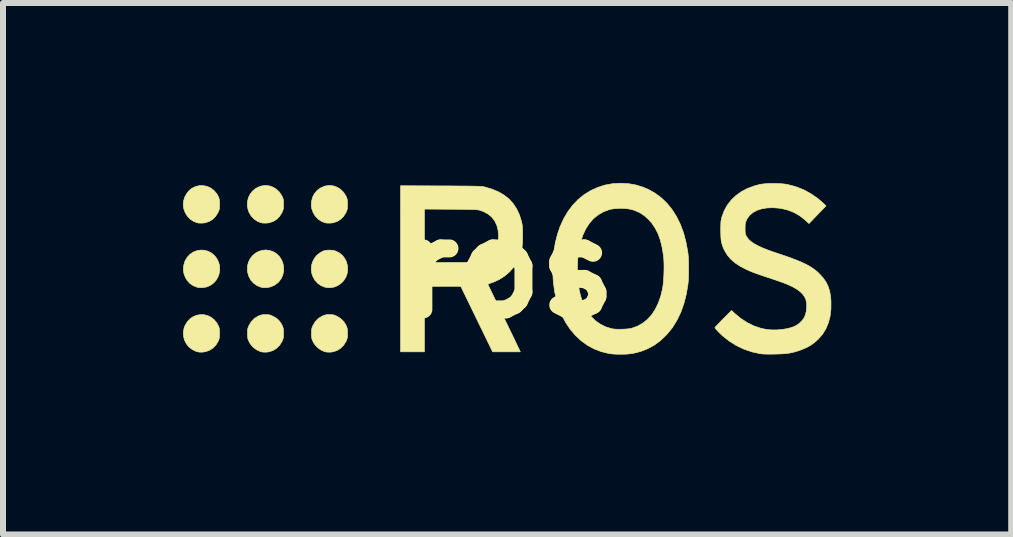
<source format=kicad_pcb>
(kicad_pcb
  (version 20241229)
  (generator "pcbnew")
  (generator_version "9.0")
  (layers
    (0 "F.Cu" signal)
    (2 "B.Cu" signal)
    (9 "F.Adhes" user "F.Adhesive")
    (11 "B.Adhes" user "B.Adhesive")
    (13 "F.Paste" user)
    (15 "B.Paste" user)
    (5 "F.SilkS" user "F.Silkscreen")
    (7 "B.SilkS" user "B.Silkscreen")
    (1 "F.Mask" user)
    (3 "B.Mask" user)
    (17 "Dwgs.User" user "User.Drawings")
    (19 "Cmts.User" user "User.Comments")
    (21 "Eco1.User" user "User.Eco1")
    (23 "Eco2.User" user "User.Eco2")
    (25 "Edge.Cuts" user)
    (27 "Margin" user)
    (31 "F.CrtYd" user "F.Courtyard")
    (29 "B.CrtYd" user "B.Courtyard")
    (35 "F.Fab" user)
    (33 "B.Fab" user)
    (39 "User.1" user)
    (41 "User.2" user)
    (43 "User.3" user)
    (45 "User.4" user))
  (footprint "ros"
    (layer "F.Cu")
    (at 5.424 1.419)
    (property "Reference" "ros" (at 0 0 0) (layer "F.SilkS") (effects (font (size 1.524 1.524) (thickness 0.3))))
    (attr through_hole)
    (fp_poly (pts (xy -3.978 -0.293) (xy -3.916 -0.271) (xy -3.868 -0.242) (xy -3.818 -0.195) (xy -3.781 -0.14) (xy -3.756 -0.078) (xy -3.744 -0.013) (xy -3.745 0.054) (xy -3.759 0.119) (xy -3.787 0.179) (xy -3.828 0.233) (xy -3.84 0.245) (xy -3.895 0.285) (xy -3.957 0.313) (xy -4.022 0.327) (xy -4.087 0.327) (xy -4.124 0.319) (xy -4.19 0.292) (xy -4.246 0.252) (xy -4.292 0.201) (xy -4.325 0.14) (xy -4.345 0.071) (xy -4.349 0.035) (xy -4.347 -0.036) (xy -4.33 -0.101) (xy -4.301 -0.158) (xy -4.262 -0.207) (xy -4.215 -0.247) (xy -4.161 -0.277) (xy -4.102 -0.295) (xy -4.041 -0.301) (xy -3.978 -0.293)) (stroke (width 0.01) (type solid)) (fill yes) (layer "F.SilkS"))
    (fp_poly (pts (xy -5.069 -0.297) (xy -5.008 -0.281) (xy -4.951 -0.252) (xy -4.9 -0.21) (xy -4.86 -0.16) (xy -4.829 -0.098) (xy -4.812 -0.033) (xy -4.81 0.032) (xy -4.82 0.095) (xy -4.842 0.155) (xy -4.875 0.209) (xy -4.918 0.255) (xy -4.97 0.291) (xy -5.03 0.316) (xy -5.096 0.327) (xy -5.131 0.327) (xy -5.164 0.325) (xy -5.184 0.321) (xy -5.248 0.297) (xy -5.304 0.26) (xy -5.349 0.212) (xy -5.384 0.156) (xy -5.407 0.094) (xy -5.417 0.028) (xy -5.412 -0.039) (xy -5.393 -0.106) (xy -5.387 -0.121) (xy -5.35 -0.182) (xy -5.304 -0.23) (xy -5.251 -0.266) (xy -5.192 -0.289) (xy -5.131 -0.299) (xy -5.069 -0.297)) (stroke (width 0.01) (type solid)) (fill yes) (layer "F.SilkS"))
    (fp_poly (pts (xy -2.934 -0.296) (xy -2.888 -0.287) (xy -2.883 -0.285) (xy -2.821 -0.255) (xy -2.769 -0.214) (xy -2.727 -0.162) (xy -2.697 -0.103) (xy -2.68 -0.038) (xy -2.676 0.029) (xy -2.686 0.096) (xy -2.708 0.155) (xy -2.745 0.213) (xy -2.793 0.26) (xy -2.849 0.296) (xy -2.911 0.32) (xy -2.975 0.329) (xy -3.04 0.323) (xy -3.057 0.319) (xy -3.122 0.293) (xy -3.177 0.254) (xy -3.221 0.206) (xy -3.254 0.149) (xy -3.276 0.087) (xy -3.284 0.022) (xy -3.279 -0.045) (xy -3.259 -0.11) (xy -3.228 -0.167) (xy -3.189 -0.214) (xy -3.139 -0.254) (xy -3.086 -0.282) (xy -3.081 -0.285) (xy -3.038 -0.295) (xy -2.986 -0.299) (xy -2.934 -0.296)) (stroke (width 0.01) (type solid)) (fill yes) (layer "F.SilkS"))
    (fp_poly (pts (xy -5.07 0.779) (xy -5.01 0.794) (xy -4.953 0.822) (xy -4.902 0.863) (xy -4.859 0.916) (xy -4.838 0.953) (xy -4.826 0.978) (xy -4.819 1) (xy -4.815 1.025) (xy -4.814 1.056) (xy -4.813 1.088) (xy -4.814 1.13) (xy -4.816 1.16) (xy -4.821 1.184) (xy -4.83 1.207) (xy -4.836 1.221) (xy -4.874 1.284) (xy -4.923 1.334) (xy -4.981 1.372) (xy -5.047 1.395) (xy -5.101 1.403) (xy -5.15 1.402) (xy -5.192 1.394) (xy -5.204 1.39) (xy -5.269 1.359) (xy -5.324 1.316) (xy -5.367 1.263) (xy -5.397 1.203) (xy -5.414 1.138) (xy -5.417 1.071) (xy -5.405 1.002) (xy -5.387 0.955) (xy -5.35 0.894) (xy -5.304 0.846) (xy -5.251 0.81) (xy -5.193 0.787) (xy -5.132 0.777) (xy -5.07 0.779)) (stroke (width 0.01) (type solid)) (fill yes) (layer "F.SilkS"))
    (fp_poly (pts (xy -5.02 -1.361) (xy -4.96 -1.333) (xy -4.907 -1.294) (xy -4.862 -1.242) (xy -4.836 -1.196) (xy -4.825 -1.171) (xy -4.819 -1.148) (xy -4.815 -1.122) (xy -4.813 -1.087) (xy -4.813 -1.062) (xy -4.814 -1.022) (xy -4.816 -0.993) (xy -4.82 -0.97) (xy -4.829 -0.947) (xy -4.841 -0.922) (xy -4.88 -0.86) (xy -4.929 -0.811) (xy -4.988 -0.776) (xy -5.053 -0.754) (xy -5.094 -0.749) (xy -5.13 -0.749) (xy -5.163 -0.75) (xy -5.184 -0.754) (xy -5.247 -0.778) (xy -5.303 -0.816) (xy -5.35 -0.865) (xy -5.386 -0.924) (xy -5.41 -0.989) (xy -5.419 -1.058) (xy -5.419 -1.064) (xy -5.411 -1.127) (xy -5.39 -1.19) (xy -5.357 -1.248) (xy -5.315 -1.297) (xy -5.277 -1.328) (xy -5.215 -1.358) (xy -5.15 -1.374) (xy -5.084 -1.374) (xy -5.02 -1.361)) (stroke (width 0.01) (type solid)) (fill yes) (layer "F.SilkS"))
    (fp_poly (pts (xy -3.983 -1.37) (xy -3.92 -1.348) (xy -3.863 -1.312) (xy -3.814 -1.264) (xy -3.775 -1.205) (xy -3.771 -1.198) (xy -3.76 -1.173) (xy -3.752 -1.15) (xy -3.748 -1.126) (xy -3.747 -1.094) (xy -3.747 -1.062) (xy -3.747 -1.022) (xy -3.749 -0.993) (xy -3.754 -0.97) (xy -3.762 -0.947) (xy -3.774 -0.922) (xy -3.813 -0.86) (xy -3.862 -0.811) (xy -3.921 -0.776) (xy -3.987 -0.754) (xy -4.028 -0.749) (xy -4.063 -0.749) (xy -4.096 -0.75) (xy -4.117 -0.754) (xy -4.181 -0.778) (xy -4.238 -0.817) (xy -4.286 -0.868) (xy -4.322 -0.929) (xy -4.336 -0.967) (xy -4.35 -1.038) (xy -4.348 -1.107) (xy -4.332 -1.173) (xy -4.302 -1.233) (xy -4.261 -1.285) (xy -4.208 -1.328) (xy -4.145 -1.359) (xy -4.115 -1.368) (xy -4.048 -1.377) (xy -3.983 -1.37)) (stroke (width 0.01) (type solid)) (fill yes) (layer "F.SilkS"))
    (fp_poly (pts (xy -2.916 -1.37) (xy -2.853 -1.348) (xy -2.796 -1.312) (xy -2.747 -1.264) (xy -2.708 -1.205) (xy -2.705 -1.198) (xy -2.693 -1.173) (xy -2.686 -1.15) (xy -2.682 -1.126) (xy -2.68 -1.094) (xy -2.68 -1.062) (xy -2.68 -1.022) (xy -2.682 -0.993) (xy -2.687 -0.97) (xy -2.695 -0.947) (xy -2.707 -0.922) (xy -2.746 -0.86) (xy -2.796 -0.811) (xy -2.854 -0.776) (xy -2.92 -0.754) (xy -2.961 -0.749) (xy -2.996 -0.749) (xy -3.029 -0.75) (xy -3.05 -0.754) (xy -3.114 -0.778) (xy -3.17 -0.816) (xy -3.217 -0.866) (xy -3.253 -0.925) (xy -3.276 -0.991) (xy -3.283 -1.037) (xy -3.28 -1.11) (xy -3.263 -1.178) (xy -3.232 -1.239) (xy -3.188 -1.291) (xy -3.133 -1.333) (xy -3.069 -1.362) (xy -3.049 -1.368) (xy -2.982 -1.377) (xy -2.916 -1.37)) (stroke (width 0.01) (type solid)) (fill yes) (layer "F.SilkS"))
    (fp_poly (pts (xy -2.941 0.778) (xy -2.911 0.782) (xy -2.882 0.792) (xy -2.858 0.803) (xy -2.796 0.841) (xy -2.744 0.891) (xy -2.705 0.952) (xy -2.704 0.955) (xy -2.693 0.98) (xy -2.686 1.002) (xy -2.682 1.028) (xy -2.68 1.061) (xy -2.68 1.088) (xy -2.68 1.128) (xy -2.682 1.157) (xy -2.687 1.18) (xy -2.695 1.203) (xy -2.707 1.229) (xy -2.746 1.29) (xy -2.796 1.339) (xy -2.854 1.375) (xy -2.92 1.397) (xy -2.967 1.403) (xy -3.01 1.402) (xy -3.047 1.398) (xy -3.063 1.394) (xy -3.13 1.363) (xy -3.188 1.319) (xy -3.235 1.263) (xy -3.258 1.22) (xy -3.269 1.194) (xy -3.276 1.17) (xy -3.279 1.141) (xy -3.281 1.103) (xy -3.281 1.092) (xy -3.28 1.052) (xy -3.278 1.023) (xy -3.272 0.999) (xy -3.263 0.974) (xy -3.254 0.955) (xy -3.216 0.893) (xy -3.168 0.843) (xy -3.107 0.805) (xy -3.102 0.802) (xy -3.068 0.788) (xy -3.04 0.78) (xy -3.007 0.777) (xy -2.98 0.777) (xy -2.941 0.778)) (stroke (width 0.01) (type solid)) (fill yes) (layer "F.SilkS"))
    (fp_poly (pts (xy -4.01 0.778) (xy -3.982 0.781) (xy -3.956 0.789) (xy -3.923 0.804) (xy -3.916 0.808) (xy -3.861 0.84) (xy -3.818 0.88) (xy -3.783 0.931) (xy -3.77 0.956) (xy -3.759 0.981) (xy -3.752 1.002) (xy -3.748 1.027) (xy -3.747 1.061) (xy -3.747 1.088) (xy -3.747 1.129) (xy -3.749 1.158) (xy -3.754 1.181) (xy -3.762 1.203) (xy -3.774 1.229) (xy -3.813 1.29) (xy -3.863 1.339) (xy -3.921 1.375) (xy -3.987 1.397) (xy -4.034 1.403) (xy -4.076 1.402) (xy -4.114 1.398) (xy -4.129 1.394) (xy -4.197 1.363) (xy -4.255 1.319) (xy -4.302 1.263) (xy -4.325 1.22) (xy -4.336 1.194) (xy -4.343 1.17) (xy -4.346 1.141) (xy -4.347 1.103) (xy -4.347 1.092) (xy -4.347 1.052) (xy -4.345 1.023) (xy -4.339 0.999) (xy -4.329 0.974) (xy -4.321 0.955) (xy -4.283 0.893) (xy -4.235 0.843) (xy -4.174 0.805) (xy -4.168 0.802) (xy -4.136 0.788) (xy -4.107 0.781) (xy -4.076 0.777) (xy -4.046 0.777) (xy -4.01 0.778)) (stroke (width 0.01) (type solid)) (fill yes) (layer "F.SilkS"))
    (fp_poly (pts (xy -1.124 -1.369) (xy -1 -1.369) (xy -0.891 -1.368) (xy -0.797 -1.367) (xy -0.717 -1.367) (xy -0.648 -1.366) (xy -0.591 -1.365) (xy -0.543 -1.364) (xy -0.504 -1.363) (xy -0.473 -1.361) (xy -0.448 -1.359) (xy -0.428 -1.358) (xy -0.412 -1.355) (xy -0.399 -1.353) (xy -0.394 -1.352) (xy -0.272 -1.316) (xy -0.164 -1.271) (xy -0.069 -1.216) (xy 0.013 -1.151) (xy 0.082 -1.075) (xy 0.14 -0.987) (xy 0.186 -0.889) (xy 0.217 -0.792) (xy 0.225 -0.76) (xy 0.231 -0.732) (xy 0.235 -0.705) (xy 0.238 -0.674) (xy 0.239 -0.637) (xy 0.24 -0.588) (xy 0.24 -0.546) (xy 0.24 -0.474) (xy 0.237 -0.416) (xy 0.233 -0.365) (xy 0.225 -0.32) (xy 0.214 -0.275) (xy 0.199 -0.226) (xy 0.191 -0.201) (xy 0.149 -0.106) (xy 0.093 -0.017) (xy 0.023 0.063) (xy -0.057 0.132) (xy -0.147 0.19) (xy -0.244 0.235) (xy -0.269 0.243) (xy -0.3 0.254) (xy -0.324 0.263) (xy -0.337 0.27) (xy -0.339 0.271) (xy -0.335 0.28) (xy -0.325 0.302) (xy -0.308 0.337) (xy -0.286 0.383) (xy -0.259 0.439) (xy -0.228 0.503) (xy -0.194 0.575) (xy -0.156 0.653) (xy -0.116 0.736) (xy -0.113 0.742) (xy -0.072 0.828) (xy -0.031 0.912) (xy 0.008 0.992) (xy 0.044 1.067) (xy 0.077 1.135) (xy 0.106 1.195) (xy 0.129 1.244) (xy 0.147 1.281) (xy 0.157 1.302) (xy 0.202 1.397) (xy -0.26 1.397) (xy -0.791 0.305) (xy -1.397 0.305) (xy -1.397 1.397) (xy -1.795 1.397) (xy -1.795 -0.093) (xy -1.397 -0.093) (xy -0.959 -0.093) (xy -0.857 -0.093) (xy -0.772 -0.093) (xy -0.7 -0.094) (xy -0.641 -0.095) (xy -0.593 -0.096) (xy -0.555 -0.097) (xy -0.525 -0.099) (xy -0.501 -0.101) (xy -0.483 -0.103) (xy -0.47 -0.106) (xy -0.389 -0.134) (xy -0.32 -0.175) (xy -0.263 -0.227) (xy -0.218 -0.29) (xy -0.186 -0.364) (xy -0.167 -0.448) (xy -0.161 -0.533) (xy -0.168 -0.626) (xy -0.189 -0.709) (xy -0.223 -0.782) (xy -0.271 -0.845) (xy -0.331 -0.897) (xy -0.404 -0.938) (xy -0.472 -0.963) (xy -0.485 -0.966) (xy -0.501 -0.969) (xy -0.521 -0.971) (xy -0.547 -0.973) (xy -0.581 -0.974) (xy -0.624 -0.976) (xy -0.676 -0.977) (xy -0.741 -0.978) (xy -0.819 -0.979) (xy -0.912 -0.98) (xy -0.959 -0.98) (xy -1.397 -0.983) (xy -1.397 -0.093) (xy -1.795 -0.093) (xy -1.795 -1.372) (xy -1.124 -1.369)) (stroke (width 0.01) (type solid)) (fill yes) (layer "F.SilkS"))
    (fp_poly (pts (xy 2.009 -1.406) (xy 2.137 -1.383) (xy 2.26 -1.344) (xy 2.342 -1.308) (xy 2.455 -1.244) (xy 2.558 -1.166) (xy 2.652 -1.075) (xy 2.736 -0.97) (xy 2.809 -0.854) (xy 2.872 -0.725) (xy 2.924 -0.585) (xy 2.964 -0.433) (xy 2.994 -0.271) (xy 2.998 -0.239) (xy 3.003 -0.191) (xy 3.006 -0.131) (xy 3.008 -0.062) (xy 3.008 0.011) (xy 3.008 0.085) (xy 3.006 0.154) (xy 3.003 0.215) (xy 2.998 0.264) (xy 2.998 0.267) (xy 2.97 0.435) (xy 2.93 0.591) (xy 2.879 0.736) (xy 2.815 0.869) (xy 2.741 0.99) (xy 2.654 1.098) (xy 2.634 1.119) (xy 2.539 1.21) (xy 2.437 1.285) (xy 2.329 1.344) (xy 2.213 1.39) (xy 2.087 1.422) (xy 2.063 1.426) (xy 2.009 1.433) (xy 1.944 1.437) (xy 1.874 1.438) (xy 1.803 1.437) (xy 1.738 1.433) (xy 1.684 1.426) (xy 1.681 1.426) (xy 1.553 1.395) (xy 1.433 1.349) (xy 1.32 1.288) (xy 1.215 1.212) (xy 1.124 1.127) (xy 1.033 1.021) (xy 0.956 0.905) (xy 0.89 0.777) (xy 0.852 0.686) (xy 0.807 0.541) (xy 0.773 0.387) (xy 0.752 0.228) (xy 0.742 0.064) (xy 0.744 -0.047) (xy 1.154 -0.047) (xy 1.154 0.109) (xy 1.166 0.254) (xy 1.188 0.388) (xy 1.22 0.51) (xy 1.263 0.62) (xy 1.315 0.718) (xy 1.378 0.803) (xy 1.45 0.875) (xy 1.532 0.934) (xy 1.623 0.98) (xy 1.723 1.011) (xy 1.727 1.012) (xy 1.767 1.018) (xy 1.819 1.021) (xy 1.878 1.021) (xy 1.938 1.019) (xy 1.994 1.015) (xy 2.041 1.008) (xy 2.062 1.003) (xy 2.157 0.969) (xy 2.244 0.92) (xy 2.322 0.856) (xy 2.392 0.78) (xy 2.452 0.689) (xy 2.502 0.586) (xy 2.543 0.47) (xy 2.574 0.342) (xy 2.574 0.339) (xy 2.584 0.272) (xy 2.591 0.193) (xy 2.596 0.106) (xy 2.598 0.017) (xy 2.598 -0.07) (xy 2.594 -0.151) (xy 2.587 -0.22) (xy 2.565 -0.35) (xy 2.536 -0.467) (xy 2.499 -0.57) (xy 2.452 -0.662) (xy 2.397 -0.745) (xy 2.337 -0.813) (xy 2.268 -0.874) (xy 2.195 -0.922) (xy 2.114 -0.958) (xy 2.061 -0.975) (xy 2.001 -0.987) (xy 1.931 -0.994) (xy 1.857 -0.995) (xy 1.784 -0.991) (xy 1.718 -0.982) (xy 1.689 -0.975) (xy 1.591 -0.939) (xy 1.503 -0.889) (xy 1.424 -0.825) (xy 1.355 -0.748) (xy 1.296 -0.657) (xy 1.247 -0.554) (xy 1.208 -0.437) (xy 1.179 -0.308) (xy 1.161 -0.166) (xy 1.154 -0.047) (xy 0.744 -0.047) (xy 0.745 -0.1) (xy 0.759 -0.262) (xy 0.785 -0.42) (xy 0.824 -0.571) (xy 0.865 -0.69) (xy 0.925 -0.822) (xy 0.996 -0.942) (xy 1.077 -1.05) (xy 1.168 -1.144) (xy 1.268 -1.225) (xy 1.377 -1.292) (xy 1.493 -1.345) (xy 1.616 -1.384) (xy 1.746 -1.407) (xy 1.875 -1.414) (xy 2.009 -1.406)) (stroke (width 0.01) (type solid)) (fill yes) (layer "F.SilkS"))
    (fp_poly (pts (xy 4.518 -1.408) (xy 4.582 -1.403) (xy 4.637 -1.397) (xy 4.652 -1.394) (xy 4.791 -1.358) (xy 4.923 -1.306) (xy 5.047 -1.239) (xy 5.164 -1.158) (xy 5.243 -1.09) (xy 5.3 -1.037) (xy 5.157 -0.889) (xy 5.015 -0.741) (xy 4.95 -0.801) (xy 4.863 -0.87) (xy 4.767 -0.925) (xy 4.663 -0.966) (xy 4.553 -0.993) (xy 4.517 -0.998) (xy 4.411 -1.006) (xy 4.313 -1.002) (xy 4.225 -0.987) (xy 4.148 -0.962) (xy 4.081 -0.926) (xy 4.027 -0.88) (xy 3.986 -0.825) (xy 3.974 -0.802) (xy 3.963 -0.776) (xy 3.956 -0.753) (xy 3.952 -0.729) (xy 3.95 -0.697) (xy 3.95 -0.66) (xy 3.95 -0.618) (xy 3.952 -0.588) (xy 3.956 -0.565) (xy 3.964 -0.546) (xy 3.97 -0.533) (xy 3.992 -0.499) (xy 4.02 -0.466) (xy 4.057 -0.435) (xy 4.103 -0.404) (xy 4.16 -0.373) (xy 4.228 -0.341) (xy 4.309 -0.308) (xy 4.405 -0.273) (xy 4.512 -0.237) (xy 4.628 -0.198) (xy 4.729 -0.162) (xy 4.816 -0.128) (xy 4.893 -0.096) (xy 4.959 -0.065) (xy 5.017 -0.034) (xy 5.069 -0.002) (xy 5.116 0.032) (xy 5.159 0.068) (xy 5.184 0.092) (xy 5.248 0.161) (xy 5.299 0.233) (xy 5.336 0.309) (xy 5.362 0.394) (xy 5.377 0.489) (xy 5.382 0.559) (xy 5.381 0.687) (xy 5.367 0.805) (xy 5.339 0.913) (xy 5.298 1.011) (xy 5.244 1.1) (xy 5.175 1.18) (xy 5.168 1.188) (xy 5.107 1.242) (xy 5.047 1.286) (xy 4.98 1.323) (xy 4.904 1.356) (xy 4.866 1.371) (xy 4.806 1.391) (xy 4.75 1.406) (xy 4.694 1.418) (xy 4.635 1.426) (xy 4.569 1.431) (xy 4.492 1.434) (xy 4.445 1.435) (xy 4.388 1.436) (xy 4.333 1.436) (xy 4.284 1.435) (xy 4.245 1.433) (xy 4.219 1.431) (xy 4.215 1.431) (xy 4.07 1.4) (xy 3.933 1.354) (xy 3.804 1.293) (xy 3.683 1.217) (xy 3.57 1.127) (xy 3.516 1.075) (xy 3.488 1.046) (xy 3.466 1.022) (xy 3.451 1.004) (xy 3.446 0.995) (xy 3.452 0.987) (xy 3.468 0.968) (xy 3.493 0.942) (xy 3.525 0.909) (xy 3.562 0.871) (xy 3.585 0.847) (xy 3.724 0.708) (xy 3.782 0.762) (xy 3.882 0.844) (xy 3.988 0.912) (xy 4.099 0.966) (xy 4.213 1.005) (xy 4.31 1.025) (xy 4.391 1.032) (xy 4.478 1.032) (xy 4.565 1.025) (xy 4.65 1.011) (xy 4.726 0.991) (xy 4.781 0.97) (xy 4.823 0.945) (xy 4.866 0.911) (xy 4.904 0.872) (xy 4.932 0.834) (xy 4.955 0.781) (xy 4.971 0.719) (xy 4.977 0.653) (xy 4.975 0.588) (xy 4.964 0.53) (xy 4.954 0.504) (xy 4.929 0.46) (xy 4.895 0.419) (xy 4.85 0.38) (xy 4.794 0.342) (xy 4.724 0.304) (xy 4.641 0.267) (xy 4.543 0.23) (xy 4.438 0.194) (xy 4.342 0.162) (xy 4.261 0.135) (xy 4.191 0.111) (xy 4.132 0.09) (xy 4.081 0.071) (xy 4.036 0.053) (xy 3.996 0.035) (xy 3.965 0.021) (xy 3.865 -0.031) (xy 3.781 -0.087) (xy 3.712 -0.147) (xy 3.656 -0.212) (xy 3.612 -0.283) (xy 3.608 -0.291) (xy 3.586 -0.338) (xy 3.57 -0.381) (xy 3.558 -0.423) (xy 3.55 -0.469) (xy 3.546 -0.521) (xy 3.544 -0.585) (xy 3.543 -0.631) (xy 3.544 -0.688) (xy 3.545 -0.732) (xy 3.546 -0.766) (xy 3.55 -0.794) (xy 3.555 -0.819) (xy 3.561 -0.845) (xy 3.562 -0.849) (xy 3.601 -0.954) (xy 3.654 -1.05) (xy 3.72 -1.135) (xy 3.799 -1.21) (xy 3.89 -1.275) (xy 3.994 -1.329) (xy 4.11 -1.371) (xy 4.202 -1.395) (xy 4.249 -1.402) (xy 4.309 -1.407) (xy 4.377 -1.41) (xy 4.448 -1.41) (xy 4.518 -1.408)) (stroke (width 0.01) (type solid)) (fill yes) (layer "F.SilkS")))
  (gr_rect
    (start -3 -3)
    (end 13.811 5.862)
    (stroke (width 0.1) (type default))
    (fill no)
    (layer "Edge.Cuts")))
</source>
